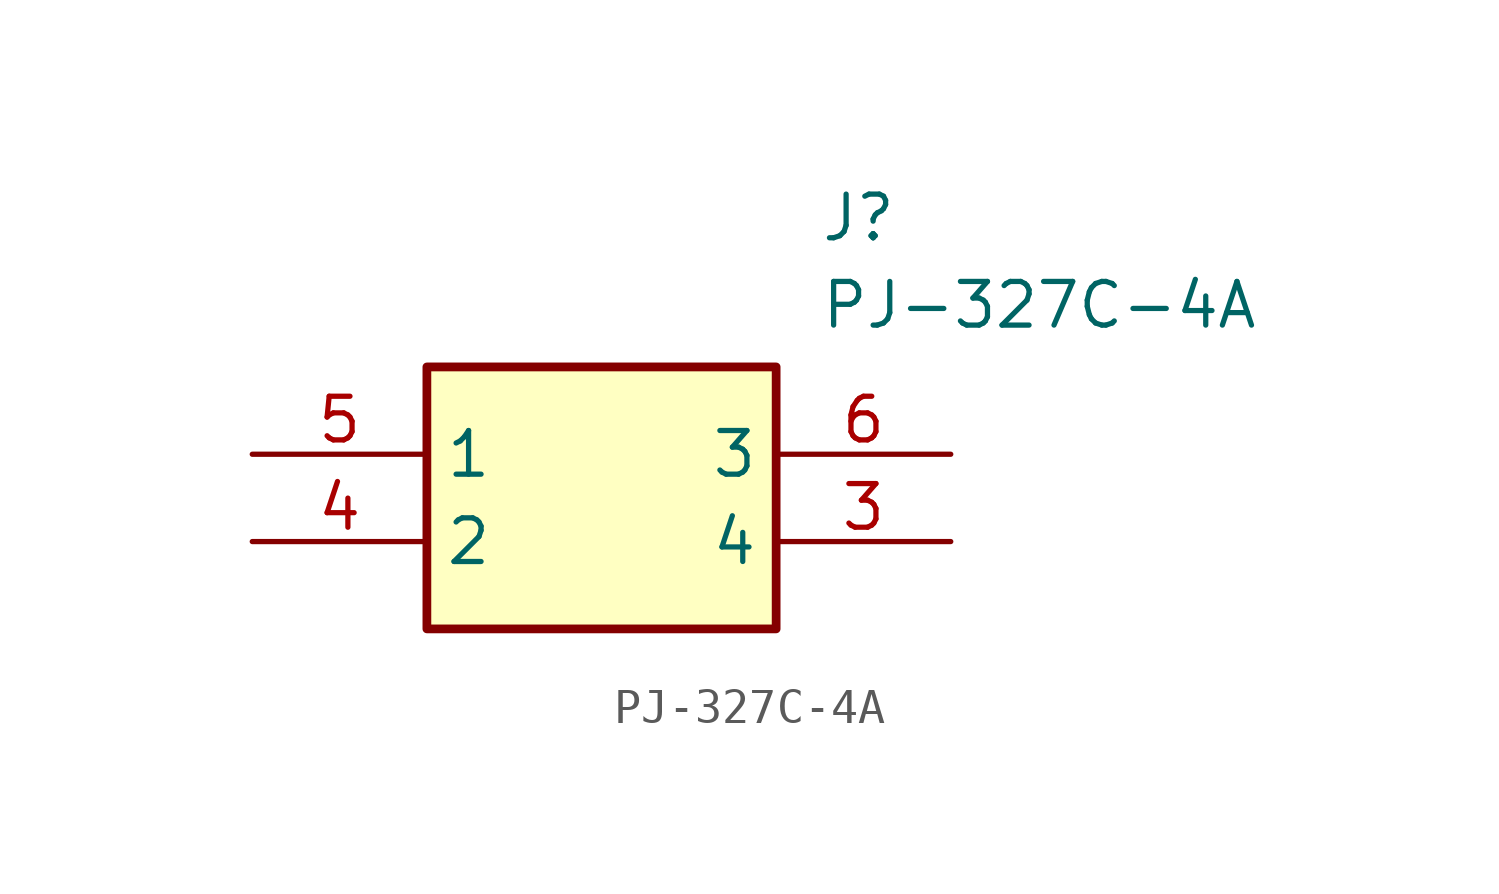
<source format=kicad_sym>
(kicad_symbol_lib
  (version 20211014)
  (generator SamacSys_ECAD_Model)
  (symbol "PJ-327C-4A"
    (property "Reference" "J"
      (at 16.51 7.62 0)
      (effects (font (size 1.27 1.27)) (justify left top)))
    (property "Value" "PJ-327C-4A"
      (at 16.51 5.08 0)
      (effects (font (size 1.27 1.27)) (justify left top)))
    (rectangle
      (start 5.08 2.54)
      (end 15.24 -5.08)
      (stroke (width 0.254) (type default))
      (fill (type background)))
    (pin passive line
      (at 20.32 -2.54 180)
      (length 5.08)
      (name "4" (effects (font (size 1.27 1.27))))
      (number "3" (effects (font (size 1.27 1.27)))))
    (pin passive line
      (at 0 -2.54 0)
      (length 5.08)
      (name "2" (effects (font (size 1.27 1.27))))
      (number "4" (effects (font (size 1.27 1.27)))))
    (pin passive line
      (at 0 0 0)
      (length 5.08)
      (name "1" (effects (font (size 1.27 1.27))))
      (number "5" (effects (font (size 1.27 1.27)))))
    (pin passive line
      (at 20.32 0 180)
      (length 5.08)
      (name "3" (effects (font (size 1.27 1.27))))
      (number "6" (effects (font (size 1.27 1.27)))))))
</source>
